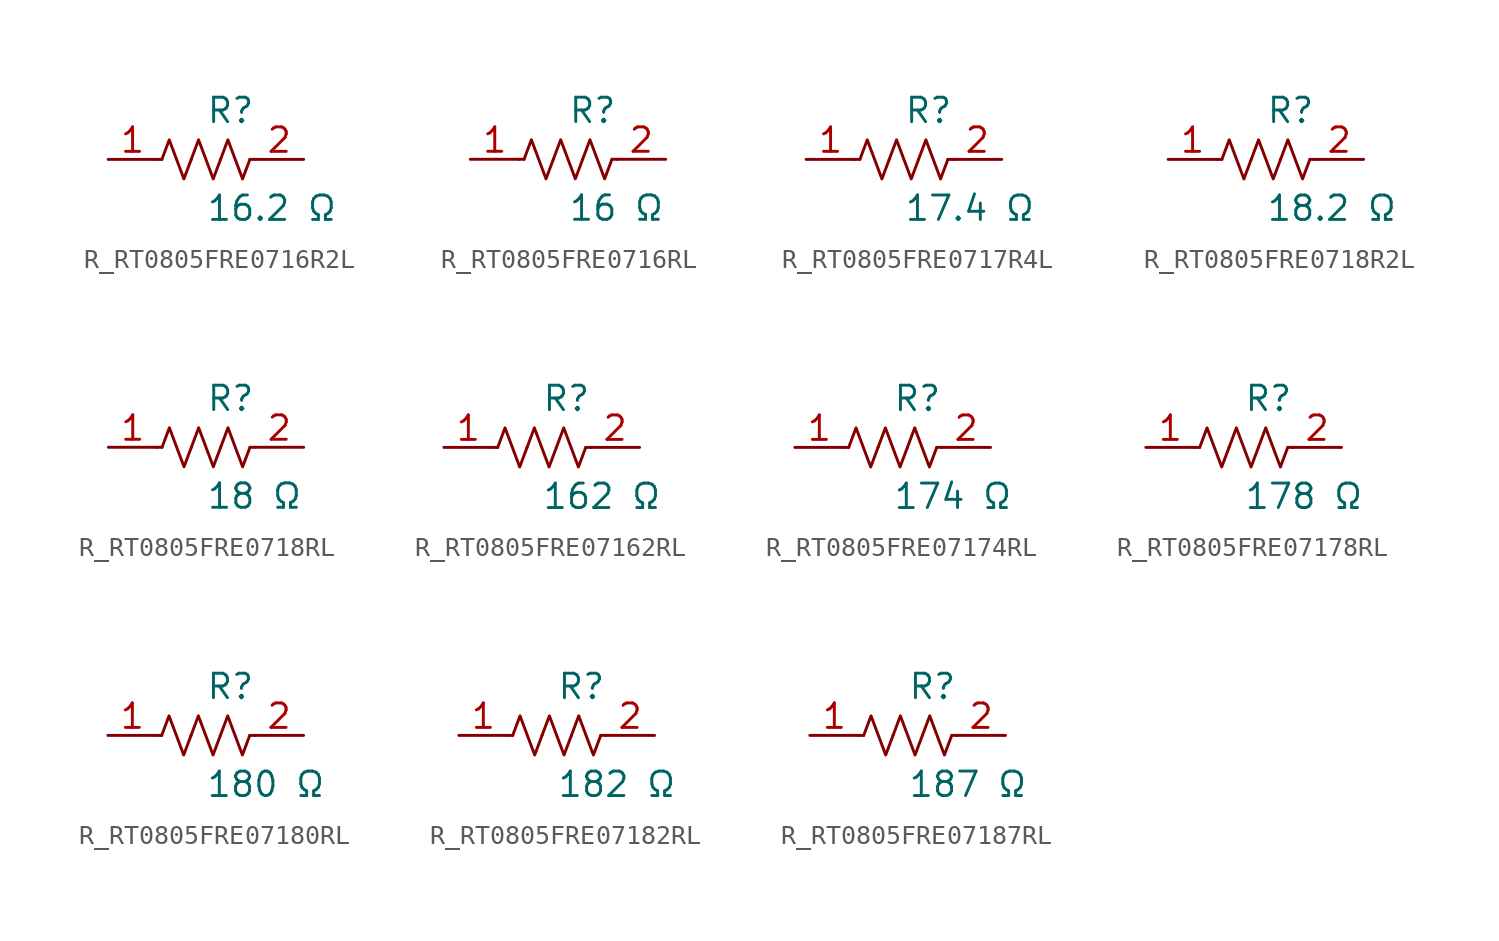
<source format=kicad_sym>
(kicad_symbol_lib
  (version 20231120)
  (generator kicad_symbol_editor)
  (generator_version 8.0)
  (symbol "R_RT0805FRE0716R2L"
    (pin_names
      (offset 0.254))
    (property "Reference" "R"
      (at 0.0 2.54 0)
      (effects (font (size 1.27 1.27)) (justify left)))
    (property "Value" "16.2 Ω"
      (at 0.0 -2.54 0)
      (effects (font (size 1.27 1.27)) (justify left)))
    (symbol "R_RT0805FRE0716R2L_0_1"
      (polyline (pts (xy 2.286 0) (xy 2.54 0)) (stroke (width 0) (type default)) (fill (type none)))
      (polyline (pts (xy -2.286 0) (xy -2.54 0)) (stroke (width 0) (type default)) (fill (type none)))
      (polyline (pts (xy 0.762 0) (xy 1.143 1.016) (xy 1.524 0) (xy 1.905 -1.016) (xy 2.286 0)) (stroke (width 0) (type default)) (fill (type none)))
      (polyline (pts (xy -0.762 0) (xy -0.381 1.016) (xy 0 0) (xy 0.381 -1.016) (xy 0.762 0)) (stroke (width 0) (type default)) (fill (type none)))
      (polyline (pts (xy -2.286 0) (xy -1.905 1.016) (xy -1.524 0) (xy -1.143 -1.016) (xy -0.762 0)) (stroke (width 0) (type default)) (fill (type none))))
    (pin unspecified line
      (at -5.08 0 0)
      (length 2.54)
      (name "" (effects (font (size 1.27 1.27))))
      (number "1" (effects (font (size 1.27 1.27)))))
    (pin unspecified line
      (at 5.08 0 180)
      (length 2.54)
      (name "" (effects (font (size 1.27 1.27))))
      (number "2" (effects (font (size 1.27 1.27))))))
  (symbol "R_RT0805FRE0716RL"
    (pin_names
      (offset 0.254))
    (property "Reference" "R"
      (at 0.0 2.54 0)
      (effects (font (size 1.27 1.27)) (justify left)))
    (property "Value" "16 Ω"
      (at 0.0 -2.54 0)
      (effects (font (size 1.27 1.27)) (justify left)))
    (symbol "R_RT0805FRE0716RL_0_1"
      (polyline (pts (xy 2.286 0) (xy 2.54 0)) (stroke (width 0) (type default)) (fill (type none)))
      (polyline (pts (xy -2.286 0) (xy -2.54 0)) (stroke (width 0) (type default)) (fill (type none)))
      (polyline (pts (xy 0.762 0) (xy 1.143 1.016) (xy 1.524 0) (xy 1.905 -1.016) (xy 2.286 0)) (stroke (width 0) (type default)) (fill (type none)))
      (polyline (pts (xy -0.762 0) (xy -0.381 1.016) (xy 0 0) (xy 0.381 -1.016) (xy 0.762 0)) (stroke (width 0) (type default)) (fill (type none)))
      (polyline (pts (xy -2.286 0) (xy -1.905 1.016) (xy -1.524 0) (xy -1.143 -1.016) (xy -0.762 0)) (stroke (width 0) (type default)) (fill (type none))))
    (pin unspecified line
      (at -5.08 0 0)
      (length 2.54)
      (name "" (effects (font (size 1.27 1.27))))
      (number "1" (effects (font (size 1.27 1.27)))))
    (pin unspecified line
      (at 5.08 0 180)
      (length 2.54)
      (name "" (effects (font (size 1.27 1.27))))
      (number "2" (effects (font (size 1.27 1.27))))))
  (symbol "R_RT0805FRE0717R4L"
    (pin_names
      (offset 0.254))
    (property "Reference" "R"
      (at 0.0 2.54 0)
      (effects (font (size 1.27 1.27)) (justify left)))
    (property "Value" "17.4 Ω"
      (at 0.0 -2.54 0)
      (effects (font (size 1.27 1.27)) (justify left)))
    (symbol "R_RT0805FRE0717R4L_0_1"
      (polyline (pts (xy 2.286 0) (xy 2.54 0)) (stroke (width 0) (type default)) (fill (type none)))
      (polyline (pts (xy -2.286 0) (xy -2.54 0)) (stroke (width 0) (type default)) (fill (type none)))
      (polyline (pts (xy 0.762 0) (xy 1.143 1.016) (xy 1.524 0) (xy 1.905 -1.016) (xy 2.286 0)) (stroke (width 0) (type default)) (fill (type none)))
      (polyline (pts (xy -0.762 0) (xy -0.381 1.016) (xy 0 0) (xy 0.381 -1.016) (xy 0.762 0)) (stroke (width 0) (type default)) (fill (type none)))
      (polyline (pts (xy -2.286 0) (xy -1.905 1.016) (xy -1.524 0) (xy -1.143 -1.016) (xy -0.762 0)) (stroke (width 0) (type default)) (fill (type none))))
    (pin unspecified line
      (at -5.08 0 0)
      (length 2.54)
      (name "" (effects (font (size 1.27 1.27))))
      (number "1" (effects (font (size 1.27 1.27)))))
    (pin unspecified line
      (at 5.08 0 180)
      (length 2.54)
      (name "" (effects (font (size 1.27 1.27))))
      (number "2" (effects (font (size 1.27 1.27))))))
  (symbol "R_RT0805FRE0718R2L"
    (pin_names
      (offset 0.254))
    (property "Reference" "R"
      (at 0.0 2.54 0)
      (effects (font (size 1.27 1.27)) (justify left)))
    (property "Value" "18.2 Ω"
      (at 0.0 -2.54 0)
      (effects (font (size 1.27 1.27)) (justify left)))
    (symbol "R_RT0805FRE0718R2L_0_1"
      (polyline (pts (xy 2.286 0) (xy 2.54 0)) (stroke (width 0) (type default)) (fill (type none)))
      (polyline (pts (xy -2.286 0) (xy -2.54 0)) (stroke (width 0) (type default)) (fill (type none)))
      (polyline (pts (xy 0.762 0) (xy 1.143 1.016) (xy 1.524 0) (xy 1.905 -1.016) (xy 2.286 0)) (stroke (width 0) (type default)) (fill (type none)))
      (polyline (pts (xy -0.762 0) (xy -0.381 1.016) (xy 0 0) (xy 0.381 -1.016) (xy 0.762 0)) (stroke (width 0) (type default)) (fill (type none)))
      (polyline (pts (xy -2.286 0) (xy -1.905 1.016) (xy -1.524 0) (xy -1.143 -1.016) (xy -0.762 0)) (stroke (width 0) (type default)) (fill (type none))))
    (pin unspecified line
      (at -5.08 0 0)
      (length 2.54)
      (name "" (effects (font (size 1.27 1.27))))
      (number "1" (effects (font (size 1.27 1.27)))))
    (pin unspecified line
      (at 5.08 0 180)
      (length 2.54)
      (name "" (effects (font (size 1.27 1.27))))
      (number "2" (effects (font (size 1.27 1.27))))))
  (symbol "R_RT0805FRE0718RL"
    (pin_names
      (offset 0.254))
    (property "Reference" "R"
      (at 0.0 2.54 0)
      (effects (font (size 1.27 1.27)) (justify left)))
    (property "Value" "18 Ω"
      (at 0.0 -2.54 0)
      (effects (font (size 1.27 1.27)) (justify left)))
    (symbol "R_RT0805FRE0718RL_0_1"
      (polyline (pts (xy 2.286 0) (xy 2.54 0)) (stroke (width 0) (type default)) (fill (type none)))
      (polyline (pts (xy -2.286 0) (xy -2.54 0)) (stroke (width 0) (type default)) (fill (type none)))
      (polyline (pts (xy 0.762 0) (xy 1.143 1.016) (xy 1.524 0) (xy 1.905 -1.016) (xy 2.286 0)) (stroke (width 0) (type default)) (fill (type none)))
      (polyline (pts (xy -0.762 0) (xy -0.381 1.016) (xy 0 0) (xy 0.381 -1.016) (xy 0.762 0)) (stroke (width 0) (type default)) (fill (type none)))
      (polyline (pts (xy -2.286 0) (xy -1.905 1.016) (xy -1.524 0) (xy -1.143 -1.016) (xy -0.762 0)) (stroke (width 0) (type default)) (fill (type none))))
    (pin unspecified line
      (at -5.08 0 0)
      (length 2.54)
      (name "" (effects (font (size 1.27 1.27))))
      (number "1" (effects (font (size 1.27 1.27)))))
    (pin unspecified line
      (at 5.08 0 180)
      (length 2.54)
      (name "" (effects (font (size 1.27 1.27))))
      (number "2" (effects (font (size 1.27 1.27))))))
  (symbol "R_RT0805FRE07162RL"
    (pin_names
      (offset 0.254))
    (property "Reference" "R"
      (at 0.0 2.54 0)
      (effects (font (size 1.27 1.27)) (justify left)))
    (property "Value" "162 Ω"
      (at 0.0 -2.54 0)
      (effects (font (size 1.27 1.27)) (justify left)))
    (symbol "R_RT0805FRE07162RL_0_1"
      (polyline (pts (xy 2.286 0) (xy 2.54 0)) (stroke (width 0) (type default)) (fill (type none)))
      (polyline (pts (xy -2.286 0) (xy -2.54 0)) (stroke (width 0) (type default)) (fill (type none)))
      (polyline (pts (xy 0.762 0) (xy 1.143 1.016) (xy 1.524 0) (xy 1.905 -1.016) (xy 2.286 0)) (stroke (width 0) (type default)) (fill (type none)))
      (polyline (pts (xy -0.762 0) (xy -0.381 1.016) (xy 0 0) (xy 0.381 -1.016) (xy 0.762 0)) (stroke (width 0) (type default)) (fill (type none)))
      (polyline (pts (xy -2.286 0) (xy -1.905 1.016) (xy -1.524 0) (xy -1.143 -1.016) (xy -0.762 0)) (stroke (width 0) (type default)) (fill (type none))))
    (pin unspecified line
      (at -5.08 0 0)
      (length 2.54)
      (name "" (effects (font (size 1.27 1.27))))
      (number "1" (effects (font (size 1.27 1.27)))))
    (pin unspecified line
      (at 5.08 0 180)
      (length 2.54)
      (name "" (effects (font (size 1.27 1.27))))
      (number "2" (effects (font (size 1.27 1.27))))))
  (symbol "R_RT0805FRE07174RL"
    (pin_names
      (offset 0.254))
    (property "Reference" "R"
      (at 0.0 2.54 0)
      (effects (font (size 1.27 1.27)) (justify left)))
    (property "Value" "174 Ω"
      (at 0.0 -2.54 0)
      (effects (font (size 1.27 1.27)) (justify left)))
    (symbol "R_RT0805FRE07174RL_0_1"
      (polyline (pts (xy 2.286 0) (xy 2.54 0)) (stroke (width 0) (type default)) (fill (type none)))
      (polyline (pts (xy -2.286 0) (xy -2.54 0)) (stroke (width 0) (type default)) (fill (type none)))
      (polyline (pts (xy 0.762 0) (xy 1.143 1.016) (xy 1.524 0) (xy 1.905 -1.016) (xy 2.286 0)) (stroke (width 0) (type default)) (fill (type none)))
      (polyline (pts (xy -0.762 0) (xy -0.381 1.016) (xy 0 0) (xy 0.381 -1.016) (xy 0.762 0)) (stroke (width 0) (type default)) (fill (type none)))
      (polyline (pts (xy -2.286 0) (xy -1.905 1.016) (xy -1.524 0) (xy -1.143 -1.016) (xy -0.762 0)) (stroke (width 0) (type default)) (fill (type none))))
    (pin unspecified line
      (at -5.08 0 0)
      (length 2.54)
      (name "" (effects (font (size 1.27 1.27))))
      (number "1" (effects (font (size 1.27 1.27)))))
    (pin unspecified line
      (at 5.08 0 180)
      (length 2.54)
      (name "" (effects (font (size 1.27 1.27))))
      (number "2" (effects (font (size 1.27 1.27))))))
  (symbol "R_RT0805FRE07178RL"
    (pin_names
      (offset 0.254))
    (property "Reference" "R"
      (at 0.0 2.54 0)
      (effects (font (size 1.27 1.27)) (justify left)))
    (property "Value" "178 Ω"
      (at 0.0 -2.54 0)
      (effects (font (size 1.27 1.27)) (justify left)))
    (symbol "R_RT0805FRE07178RL_0_1"
      (polyline (pts (xy 2.286 0) (xy 2.54 0)) (stroke (width 0) (type default)) (fill (type none)))
      (polyline (pts (xy -2.286 0) (xy -2.54 0)) (stroke (width 0) (type default)) (fill (type none)))
      (polyline (pts (xy 0.762 0) (xy 1.143 1.016) (xy 1.524 0) (xy 1.905 -1.016) (xy 2.286 0)) (stroke (width 0) (type default)) (fill (type none)))
      (polyline (pts (xy -0.762 0) (xy -0.381 1.016) (xy 0 0) (xy 0.381 -1.016) (xy 0.762 0)) (stroke (width 0) (type default)) (fill (type none)))
      (polyline (pts (xy -2.286 0) (xy -1.905 1.016) (xy -1.524 0) (xy -1.143 -1.016) (xy -0.762 0)) (stroke (width 0) (type default)) (fill (type none))))
    (pin unspecified line
      (at -5.08 0 0)
      (length 2.54)
      (name "" (effects (font (size 1.27 1.27))))
      (number "1" (effects (font (size 1.27 1.27)))))
    (pin unspecified line
      (at 5.08 0 180)
      (length 2.54)
      (name "" (effects (font (size 1.27 1.27))))
      (number "2" (effects (font (size 1.27 1.27))))))
  (symbol "R_RT0805FRE07180RL"
    (pin_names
      (offset 0.254))
    (property "Reference" "R"
      (at 0.0 2.54 0)
      (effects (font (size 1.27 1.27)) (justify left)))
    (property "Value" "180 Ω"
      (at 0.0 -2.54 0)
      (effects (font (size 1.27 1.27)) (justify left)))
    (symbol "R_RT0805FRE07180RL_0_1"
      (polyline (pts (xy 2.286 0) (xy 2.54 0)) (stroke (width 0) (type default)) (fill (type none)))
      (polyline (pts (xy -2.286 0) (xy -2.54 0)) (stroke (width 0) (type default)) (fill (type none)))
      (polyline (pts (xy 0.762 0) (xy 1.143 1.016) (xy 1.524 0) (xy 1.905 -1.016) (xy 2.286 0)) (stroke (width 0) (type default)) (fill (type none)))
      (polyline (pts (xy -0.762 0) (xy -0.381 1.016) (xy 0 0) (xy 0.381 -1.016) (xy 0.762 0)) (stroke (width 0) (type default)) (fill (type none)))
      (polyline (pts (xy -2.286 0) (xy -1.905 1.016) (xy -1.524 0) (xy -1.143 -1.016) (xy -0.762 0)) (stroke (width 0) (type default)) (fill (type none))))
    (pin unspecified line
      (at -5.08 0 0)
      (length 2.54)
      (name "" (effects (font (size 1.27 1.27))))
      (number "1" (effects (font (size 1.27 1.27)))))
    (pin unspecified line
      (at 5.08 0 180)
      (length 2.54)
      (name "" (effects (font (size 1.27 1.27))))
      (number "2" (effects (font (size 1.27 1.27))))))
  (symbol "R_RT0805FRE07182RL"
    (pin_names
      (offset 0.254))
    (property "Reference" "R"
      (at 0.0 2.54 0)
      (effects (font (size 1.27 1.27)) (justify left)))
    (property "Value" "182 Ω"
      (at 0.0 -2.54 0)
      (effects (font (size 1.27 1.27)) (justify left)))
    (symbol "R_RT0805FRE07182RL_0_1"
      (polyline (pts (xy 2.286 0) (xy 2.54 0)) (stroke (width 0) (type default)) (fill (type none)))
      (polyline (pts (xy -2.286 0) (xy -2.54 0)) (stroke (width 0) (type default)) (fill (type none)))
      (polyline (pts (xy 0.762 0) (xy 1.143 1.016) (xy 1.524 0) (xy 1.905 -1.016) (xy 2.286 0)) (stroke (width 0) (type default)) (fill (type none)))
      (polyline (pts (xy -0.762 0) (xy -0.381 1.016) (xy 0 0) (xy 0.381 -1.016) (xy 0.762 0)) (stroke (width 0) (type default)) (fill (type none)))
      (polyline (pts (xy -2.286 0) (xy -1.905 1.016) (xy -1.524 0) (xy -1.143 -1.016) (xy -0.762 0)) (stroke (width 0) (type default)) (fill (type none))))
    (pin unspecified line
      (at -5.08 0 0)
      (length 2.54)
      (name "" (effects (font (size 1.27 1.27))))
      (number "1" (effects (font (size 1.27 1.27)))))
    (pin unspecified line
      (at 5.08 0 180)
      (length 2.54)
      (name "" (effects (font (size 1.27 1.27))))
      (number "2" (effects (font (size 1.27 1.27))))))
  (symbol "R_RT0805FRE07187RL"
    (pin_names
      (offset 0.254))
    (property "Reference" "R"
      (at 0.0 2.54 0)
      (effects (font (size 1.27 1.27)) (justify left)))
    (property "Value" "187 Ω"
      (at 0.0 -2.54 0)
      (effects (font (size 1.27 1.27)) (justify left)))
    (symbol "R_RT0805FRE07187RL_0_1"
      (polyline (pts (xy 2.286 0) (xy 2.54 0)) (stroke (width 0) (type default)) (fill (type none)))
      (polyline (pts (xy -2.286 0) (xy -2.54 0)) (stroke (width 0) (type default)) (fill (type none)))
      (polyline (pts (xy 0.762 0) (xy 1.143 1.016) (xy 1.524 0) (xy 1.905 -1.016) (xy 2.286 0)) (stroke (width 0) (type default)) (fill (type none)))
      (polyline (pts (xy -0.762 0) (xy -0.381 1.016) (xy 0 0) (xy 0.381 -1.016) (xy 0.762 0)) (stroke (width 0) (type default)) (fill (type none)))
      (polyline (pts (xy -2.286 0) (xy -1.905 1.016) (xy -1.524 0) (xy -1.143 -1.016) (xy -0.762 0)) (stroke (width 0) (type default)) (fill (type none))))
    (pin unspecified line
      (at -5.08 0 0)
      (length 2.54)
      (name "" (effects (font (size 1.27 1.27))))
      (number "1" (effects (font (size 1.27 1.27)))))
    (pin unspecified line
      (at 5.08 0 180)
      (length 2.54)
      (name "" (effects (font (size 1.27 1.27))))
      (number "2" (effects (font (size 1.27 1.27)))))))
</source>
